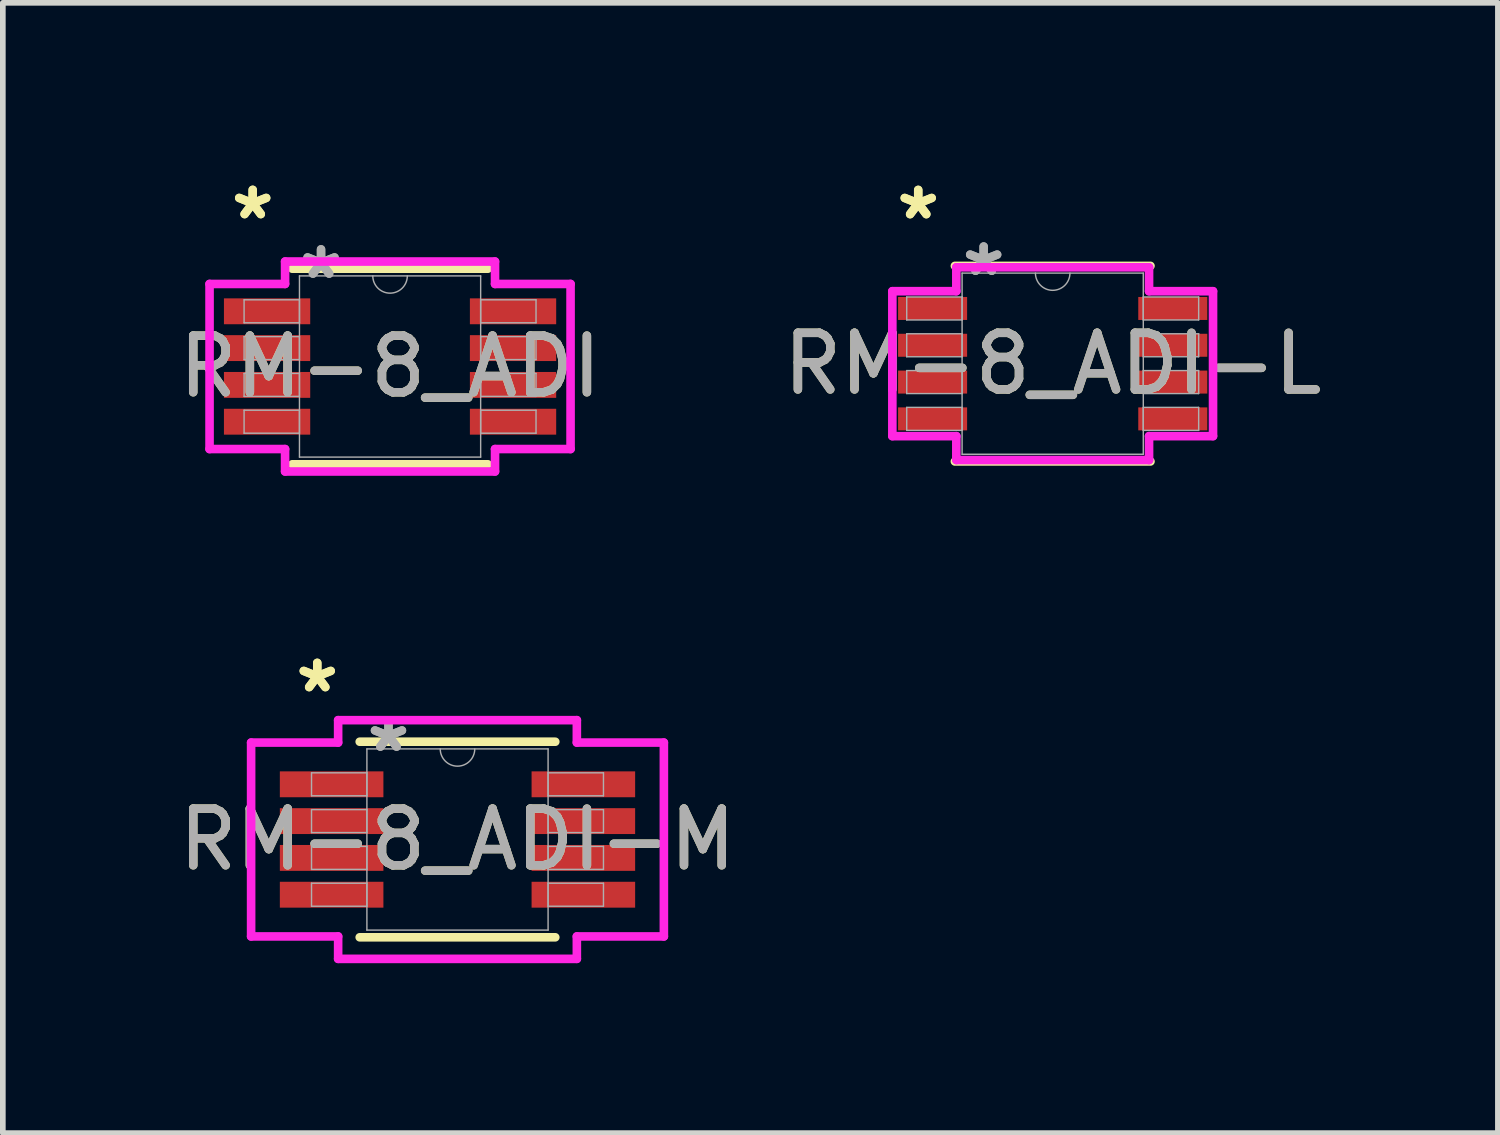
<source format=kicad_pcb>
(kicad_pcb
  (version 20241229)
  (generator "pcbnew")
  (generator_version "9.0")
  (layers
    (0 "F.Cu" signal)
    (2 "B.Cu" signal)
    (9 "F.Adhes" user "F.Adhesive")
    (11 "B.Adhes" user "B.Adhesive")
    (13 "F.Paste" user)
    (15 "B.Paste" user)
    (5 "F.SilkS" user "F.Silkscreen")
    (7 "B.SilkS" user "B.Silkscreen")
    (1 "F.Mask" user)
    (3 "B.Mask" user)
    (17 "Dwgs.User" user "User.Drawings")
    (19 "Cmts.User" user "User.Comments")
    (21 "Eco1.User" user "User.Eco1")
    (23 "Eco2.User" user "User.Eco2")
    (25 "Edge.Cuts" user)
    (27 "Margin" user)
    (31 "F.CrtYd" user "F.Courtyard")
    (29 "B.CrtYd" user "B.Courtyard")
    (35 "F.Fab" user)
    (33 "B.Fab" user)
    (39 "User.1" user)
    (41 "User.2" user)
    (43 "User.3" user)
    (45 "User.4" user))
  (footprint "RM-8_ADI-M"
    (layer "F.Cu")
    (at 5.03 11.777)
    (property "Reference" "RM-8_ADI-M" (at 0 0 0) (unlocked yes) (layer "F.SilkS") (effects (font (size 1 1) (thickness 0.15))))
    (attr smd)
    (fp_line (start -1.727 1.727) (end 1.727 1.727) (stroke (width 0.152) (type solid)) (layer "F.SilkS"))
    (fp_line (start 1.727 -1.727) (end -1.727 -1.727) (stroke (width 0.152) (type solid)) (layer "F.SilkS"))
    (fp_line (start -3.645 -1.712) (end -2.108 -1.712) (stroke (width 0.152) (type solid)) (layer "F.CrtYd"))
    (fp_line (start -3.645 1.712) (end -3.645 -1.712) (stroke (width 0.152) (type solid)) (layer "F.CrtYd"))
    (fp_line (start -3.645 1.712) (end -2.108 1.712) (stroke (width 0.152) (type solid)) (layer "F.CrtYd"))
    (fp_line (start -2.108 -2.108) (end 2.108 -2.108) (stroke (width 0.152) (type solid)) (layer "F.CrtYd"))
    (fp_line (start -2.108 -1.712) (end -2.108 -2.108) (stroke (width 0.152) (type solid)) (layer "F.CrtYd"))
    (fp_line (start -2.108 2.108) (end -2.108 1.712) (stroke (width 0.152) (type solid)) (layer "F.CrtYd"))
    (fp_line (start 2.108 -2.108) (end 2.108 -1.712) (stroke (width 0.152) (type solid)) (layer "F.CrtYd"))
    (fp_line (start 2.108 1.712) (end 2.108 2.108) (stroke (width 0.152) (type solid)) (layer "F.CrtYd"))
    (fp_line (start 2.108 2.108) (end -2.108 2.108) (stroke (width 0.152) (type solid)) (layer "F.CrtYd"))
    (fp_line (start 3.645 -1.712) (end 2.108 -1.712) (stroke (width 0.152) (type solid)) (layer "F.CrtYd"))
    (fp_line (start 3.645 -1.712) (end 3.645 1.712) (stroke (width 0.152) (type solid)) (layer "F.CrtYd"))
    (fp_line (start 3.645 1.712) (end 2.108 1.712) (stroke (width 0.152) (type solid)) (layer "F.CrtYd"))
    (fp_line (start -2.578 -1.178) (end -2.578 -0.772) (stroke (width 0.025) (type solid)) (layer "F.Fab"))
    (fp_line (start -2.578 -0.772) (end -1.6 -0.772) (stroke (width 0.025) (type solid)) (layer "F.Fab"))
    (fp_line (start -2.578 -0.528) (end -2.578 -0.122) (stroke (width 0.025) (type solid)) (layer "F.Fab"))
    (fp_line (start -2.578 -0.122) (end -1.6 -0.122) (stroke (width 0.025) (type solid)) (layer "F.Fab"))
    (fp_line (start -2.578 0.122) (end -2.578 0.528) (stroke (width 0.025) (type solid)) (layer "F.Fab"))
    (fp_line (start -2.578 0.528) (end -1.6 0.528) (stroke (width 0.025) (type solid)) (layer "F.Fab"))
    (fp_line (start -2.578 0.772) (end -2.578 1.178) (stroke (width 0.025) (type solid)) (layer "F.Fab"))
    (fp_line (start -2.578 1.178) (end -1.6 1.178) (stroke (width 0.025) (type solid)) (layer "F.Fab"))
    (fp_line (start -1.6 -1.6) (end -1.6 1.6) (stroke (width 0.025) (type solid)) (layer "F.Fab"))
    (fp_line (start -1.6 -1.178) (end -2.578 -1.178) (stroke (width 0.025) (type solid)) (layer "F.Fab"))
    (fp_line (start -1.6 -0.772) (end -1.6 -1.178) (stroke (width 0.025) (type solid)) (layer "F.Fab"))
    (fp_line (start -1.6 -0.528) (end -2.578 -0.528) (stroke (width 0.025) (type solid)) (layer "F.Fab"))
    (fp_line (start -1.6 -0.122) (end -1.6 -0.528) (stroke (width 0.025) (type solid)) (layer "F.Fab"))
    (fp_line (start -1.6 0.122) (end -2.578 0.122) (stroke (width 0.025) (type solid)) (layer "F.Fab"))
    (fp_line (start -1.6 0.528) (end -1.6 0.122) (stroke (width 0.025) (type solid)) (layer "F.Fab"))
    (fp_line (start -1.6 0.772) (end -2.578 0.772) (stroke (width 0.025) (type solid)) (layer "F.Fab"))
    (fp_line (start -1.6 1.178) (end -1.6 0.772) (stroke (width 0.025) (type solid)) (layer "F.Fab"))
    (fp_line (start -1.6 1.6) (end 1.6 1.6) (stroke (width 0.025) (type solid)) (layer "F.Fab"))
    (fp_line (start 1.6 -1.6) (end -1.6 -1.6) (stroke (width 0.025) (type solid)) (layer "F.Fab"))
    (fp_line (start 1.6 -1.178) (end 1.6 -0.772) (stroke (width 0.025) (type solid)) (layer "F.Fab"))
    (fp_line (start 1.6 -0.772) (end 2.578 -0.772) (stroke (width 0.025) (type solid)) (layer "F.Fab"))
    (fp_line (start 1.6 -0.528) (end 1.6 -0.122) (stroke (width 0.025) (type solid)) (layer "F.Fab"))
    (fp_line (start 1.6 -0.122) (end 2.578 -0.122) (stroke (width 0.025) (type solid)) (layer "F.Fab"))
    (fp_line (start 1.6 0.122) (end 1.6 0.528) (stroke (width 0.025) (type solid)) (layer "F.Fab"))
    (fp_line (start 1.6 0.528) (end 2.578 0.528) (stroke (width 0.025) (type solid)) (layer "F.Fab"))
    (fp_line (start 1.6 0.772) (end 1.6 1.178) (stroke (width 0.025) (type solid)) (layer "F.Fab"))
    (fp_line (start 1.6 1.178) (end 2.578 1.178) (stroke (width 0.025) (type solid)) (layer "F.Fab"))
    (fp_line (start 1.6 1.6) (end 1.6 -1.6) (stroke (width 0.025) (type solid)) (layer "F.Fab"))
    (fp_line (start 2.578 -1.178) (end 1.6 -1.178) (stroke (width 0.025) (type solid)) (layer "F.Fab"))
    (fp_line (start 2.578 -0.772) (end 2.578 -1.178) (stroke (width 0.025) (type solid)) (layer "F.Fab"))
    (fp_line (start 2.578 -0.528) (end 1.6 -0.528) (stroke (width 0.025) (type solid)) (layer "F.Fab"))
    (fp_line (start 2.578 -0.122) (end 2.578 -0.528) (stroke (width 0.025) (type solid)) (layer "F.Fab"))
    (fp_line (start 2.578 0.122) (end 1.6 0.122) (stroke (width 0.025) (type solid)) (layer "F.Fab"))
    (fp_line (start 2.578 0.528) (end 2.578 0.122) (stroke (width 0.025) (type solid)) (layer "F.Fab"))
    (fp_line (start 2.578 0.772) (end 1.6 0.772) (stroke (width 0.025) (type solid)) (layer "F.Fab"))
    (fp_line (start 2.578 1.178) (end 2.578 0.772) (stroke (width 0.025) (type solid)) (layer "F.Fab"))
    (fp_arc (start 0.3048 -1.6002) (mid 0 -1.2954) (end -0.3048 -1.6002) (stroke (width 0.0254) (type solid)) (layer "F.Fab"))
    (fp_text user "*" (at -2.477 -2.575 0) (unlocked yes) (layer "F.SilkS") (effects (font (size 1 1) (thickness 0.15))))
    (fp_text user "*" (at -2.477 -2.575 0) (layer "F.SilkS") (effects (font (size 1 1) (thickness 0.15))))
    (fp_text user "*" (at -1.219 -1.524 0) (layer "F.Fab") (effects (font (size 1 1) (thickness 0.15))))
    (fp_text user "${REFERENCE}" (at 0 0 0) (unlocked yes) (layer "F.Fab") (effects (font (size 1 1) (thickness 0.15))))
    (fp_text user "*" (at -1.219 -1.524 0) (unlocked yes) (layer "F.Fab") (effects (font (size 1 1) (thickness 0.15))))
    (pad "1" smd rect (at -2.223 -0.975) (size 1.829 0.457) (layers "F.Cu" "F.Mask" "F.Paste"))
    (pad "2" smd rect (at -2.223 -0.325) (size 1.829 0.457) (layers "F.Cu" "F.Mask" "F.Paste"))
    (pad "3" smd rect (at -2.223 0.325) (size 1.829 0.457) (layers "F.Cu" "F.Mask" "F.Paste"))
    (pad "4" smd rect (at -2.223 0.975) (size 1.829 0.457) (layers "F.Cu" "F.Mask" "F.Paste"))
    (pad "5" smd rect (at 2.223 0.975) (size 1.829 0.457) (layers "F.Cu" "F.Mask" "F.Paste"))
    (pad "6" smd rect (at 2.223 0.325) (size 1.829 0.457) (layers "F.Cu" "F.Mask" "F.Paste"))
    (pad "7" smd rect (at 2.223 -0.325) (size 1.829 0.457) (layers "F.Cu" "F.Mask" "F.Paste"))
    (pad "8" smd rect (at 2.223 -0.975) (size 1.829 0.457) (layers "F.Cu" "F.Mask" "F.Paste")))
  (footprint "RM-8_ADI"
    (layer "F.Cu")
    (at 3.839 3.423)
    (property "Reference" "RM-8_ADI" (at 0 0 0) (unlocked yes) (layer "F.SilkS") (effects (font (size 1 1) (thickness 0.15))))
    (attr smd)
    (fp_line (start -1.727 1.727) (end 1.727 1.727) (stroke (width 0.152) (type solid)) (layer "F.SilkS"))
    (fp_line (start 1.727 -1.727) (end -1.727 -1.727) (stroke (width 0.152) (type solid)) (layer "F.SilkS"))
    (fp_line (start -3.188 -1.458) (end -1.854 -1.458) (stroke (width 0.152) (type solid)) (layer "F.CrtYd"))
    (fp_line (start -3.188 1.458) (end -3.188 -1.458) (stroke (width 0.152) (type solid)) (layer "F.CrtYd"))
    (fp_line (start -3.188 1.458) (end -1.854 1.458) (stroke (width 0.152) (type solid)) (layer "F.CrtYd"))
    (fp_line (start -1.854 -1.854) (end 1.854 -1.854) (stroke (width 0.152) (type solid)) (layer "F.CrtYd"))
    (fp_line (start -1.854 -1.458) (end -1.854 -1.854) (stroke (width 0.152) (type solid)) (layer "F.CrtYd"))
    (fp_line (start -1.854 1.854) (end -1.854 1.458) (stroke (width 0.152) (type solid)) (layer "F.CrtYd"))
    (fp_line (start 1.854 -1.854) (end 1.854 -1.458) (stroke (width 0.152) (type solid)) (layer "F.CrtYd"))
    (fp_line (start 1.854 1.458) (end 1.854 1.854) (stroke (width 0.152) (type solid)) (layer "F.CrtYd"))
    (fp_line (start 1.854 1.854) (end -1.854 1.854) (stroke (width 0.152) (type solid)) (layer "F.CrtYd"))
    (fp_line (start 3.188 -1.458) (end 1.854 -1.458) (stroke (width 0.152) (type solid)) (layer "F.CrtYd"))
    (fp_line (start 3.188 -1.458) (end 3.188 1.458) (stroke (width 0.152) (type solid)) (layer "F.CrtYd"))
    (fp_line (start 3.188 1.458) (end 1.854 1.458) (stroke (width 0.152) (type solid)) (layer "F.CrtYd"))
    (fp_line (start -2.578 -1.178) (end -2.578 -0.772) (stroke (width 0.025) (type solid)) (layer "F.Fab"))
    (fp_line (start -2.578 -0.772) (end -1.6 -0.772) (stroke (width 0.025) (type solid)) (layer "F.Fab"))
    (fp_line (start -2.578 -0.528) (end -2.578 -0.122) (stroke (width 0.025) (type solid)) (layer "F.Fab"))
    (fp_line (start -2.578 -0.122) (end -1.6 -0.122) (stroke (width 0.025) (type solid)) (layer "F.Fab"))
    (fp_line (start -2.578 0.122) (end -2.578 0.528) (stroke (width 0.025) (type solid)) (layer "F.Fab"))
    (fp_line (start -2.578 0.528) (end -1.6 0.528) (stroke (width 0.025) (type solid)) (layer "F.Fab"))
    (fp_line (start -2.578 0.772) (end -2.578 1.178) (stroke (width 0.025) (type solid)) (layer "F.Fab"))
    (fp_line (start -2.578 1.178) (end -1.6 1.178) (stroke (width 0.025) (type solid)) (layer "F.Fab"))
    (fp_line (start -1.6 -1.6) (end -1.6 1.6) (stroke (width 0.025) (type solid)) (layer "F.Fab"))
    (fp_line (start -1.6 -1.178) (end -2.578 -1.178) (stroke (width 0.025) (type solid)) (layer "F.Fab"))
    (fp_line (start -1.6 -0.772) (end -1.6 -1.178) (stroke (width 0.025) (type solid)) (layer "F.Fab"))
    (fp_line (start -1.6 -0.528) (end -2.578 -0.528) (stroke (width 0.025) (type solid)) (layer "F.Fab"))
    (fp_line (start -1.6 -0.122) (end -1.6 -0.528) (stroke (width 0.025) (type solid)) (layer "F.Fab"))
    (fp_line (start -1.6 0.122) (end -2.578 0.122) (stroke (width 0.025) (type solid)) (layer "F.Fab"))
    (fp_line (start -1.6 0.528) (end -1.6 0.122) (stroke (width 0.025) (type solid)) (layer "F.Fab"))
    (fp_line (start -1.6 0.772) (end -2.578 0.772) (stroke (width 0.025) (type solid)) (layer "F.Fab"))
    (fp_line (start -1.6 1.178) (end -1.6 0.772) (stroke (width 0.025) (type solid)) (layer "F.Fab"))
    (fp_line (start -1.6 1.6) (end 1.6 1.6) (stroke (width 0.025) (type solid)) (layer "F.Fab"))
    (fp_line (start 1.6 -1.6) (end -1.6 -1.6) (stroke (width 0.025) (type solid)) (layer "F.Fab"))
    (fp_line (start 1.6 -1.178) (end 1.6 -0.772) (stroke (width 0.025) (type solid)) (layer "F.Fab"))
    (fp_line (start 1.6 -0.772) (end 2.578 -0.772) (stroke (width 0.025) (type solid)) (layer "F.Fab"))
    (fp_line (start 1.6 -0.528) (end 1.6 -0.122) (stroke (width 0.025) (type solid)) (layer "F.Fab"))
    (fp_line (start 1.6 -0.122) (end 2.578 -0.122) (stroke (width 0.025) (type solid)) (layer "F.Fab"))
    (fp_line (start 1.6 0.122) (end 1.6 0.528) (stroke (width 0.025) (type solid)) (layer "F.Fab"))
    (fp_line (start 1.6 0.528) (end 2.578 0.528) (stroke (width 0.025) (type solid)) (layer "F.Fab"))
    (fp_line (start 1.6 0.772) (end 1.6 1.178) (stroke (width 0.025) (type solid)) (layer "F.Fab"))
    (fp_line (start 1.6 1.178) (end 2.578 1.178) (stroke (width 0.025) (type solid)) (layer "F.Fab"))
    (fp_line (start 1.6 1.6) (end 1.6 -1.6) (stroke (width 0.025) (type solid)) (layer "F.Fab"))
    (fp_line (start 2.578 -1.178) (end 1.6 -1.178) (stroke (width 0.025) (type solid)) (layer "F.Fab"))
    (fp_line (start 2.578 -0.772) (end 2.578 -1.178) (stroke (width 0.025) (type solid)) (layer "F.Fab"))
    (fp_line (start 2.578 -0.528) (end 1.6 -0.528) (stroke (width 0.025) (type solid)) (layer "F.Fab"))
    (fp_line (start 2.578 -0.122) (end 2.578 -0.528) (stroke (width 0.025) (type solid)) (layer "F.Fab"))
    (fp_line (start 2.578 0.122) (end 1.6 0.122) (stroke (width 0.025) (type solid)) (layer "F.Fab"))
    (fp_line (start 2.578 0.528) (end 2.578 0.122) (stroke (width 0.025) (type solid)) (layer "F.Fab"))
    (fp_line (start 2.578 0.772) (end 1.6 0.772) (stroke (width 0.025) (type solid)) (layer "F.Fab"))
    (fp_line (start 2.578 1.178) (end 2.578 0.772) (stroke (width 0.025) (type solid)) (layer "F.Fab"))
    (fp_arc (start 0.3048 -1.6002) (mid 0 -1.2954) (end -0.3048 -1.6002) (stroke (width 0.0254) (type solid)) (layer "F.Fab"))
    (fp_text user "*" (at -2.426 -2.575 0) (layer "F.SilkS") (effects (font (size 1 1) (thickness 0.15))))
    (fp_text user "*" (at -2.426 -2.575 0) (unlocked yes) (layer "F.SilkS") (effects (font (size 1 1) (thickness 0.15))))
    (fp_text user "*" (at -1.219 -1.524 0) (layer "F.Fab") (effects (font (size 1 1) (thickness 0.15))))
    (fp_text user "*" (at -1.219 -1.524 0) (unlocked yes) (layer "F.Fab") (effects (font (size 1 1) (thickness 0.15))))
    (fp_text user "${REFERENCE}" (at 0 0 0) (unlocked yes) (layer "F.Fab") (effects (font (size 1 1) (thickness 0.15))))
    (pad "1" smd rect (at -2.172 -0.975) (size 1.524 0.457) (layers "F.Cu" "F.Mask" "F.Paste"))
    (pad "2" smd rect (at -2.172 -0.325) (size 1.524 0.457) (layers "F.Cu" "F.Mask" "F.Paste"))
    (pad "3" smd rect (at -2.172 0.325) (size 1.524 0.457) (layers "F.Cu" "F.Mask" "F.Paste"))
    (pad "4" smd rect (at -2.172 0.975) (size 1.524 0.457) (layers "F.Cu" "F.Mask" "F.Paste"))
    (pad "5" smd rect (at 2.172 0.975) (size 1.524 0.457) (layers "F.Cu" "F.Mask" "F.Paste"))
    (pad "6" smd rect (at 2.172 0.325) (size 1.524 0.457) (layers "F.Cu" "F.Mask" "F.Paste"))
    (pad "7" smd rect (at 2.172 -0.325) (size 1.524 0.457) (layers "F.Cu" "F.Mask" "F.Paste"))
    (pad "8" smd rect (at 2.172 -0.975) (size 1.524 0.457) (layers "F.Cu" "F.Mask" "F.Paste")))
  (footprint "RM-8_ADI-L"
    (layer "F.Cu")
    (at 15.542 3.373)
    (property "Reference" "RM-8_ADI-L" (at 0 0 0) (unlocked yes) (layer "F.SilkS") (effects (font (size 1 1) (thickness 0.15))))
    (attr smd)
    (fp_line (start -1.727 1.727) (end 1.727 1.727) (stroke (width 0.152) (type solid)) (layer "F.SilkS"))
    (fp_line (start 1.727 -1.727) (end -1.727 -1.727) (stroke (width 0.152) (type solid)) (layer "F.SilkS"))
    (fp_line (start -2.832 -1.28) (end -1.702 -1.28) (stroke (width 0.152) (type solid)) (layer "F.CrtYd"))
    (fp_line (start -2.832 1.28) (end -2.832 -1.28) (stroke (width 0.152) (type solid)) (layer "F.CrtYd"))
    (fp_line (start -2.832 1.28) (end -1.702 1.28) (stroke (width 0.152) (type solid)) (layer "F.CrtYd"))
    (fp_line (start -1.702 -1.702) (end 1.702 -1.702) (stroke (width 0.152) (type solid)) (layer "F.CrtYd"))
    (fp_line (start -1.702 -1.28) (end -1.702 -1.702) (stroke (width 0.152) (type solid)) (layer "F.CrtYd"))
    (fp_line (start -1.702 1.702) (end -1.702 1.28) (stroke (width 0.152) (type solid)) (layer "F.CrtYd"))
    (fp_line (start 1.702 -1.702) (end 1.702 -1.28) (stroke (width 0.152) (type solid)) (layer "F.CrtYd"))
    (fp_line (start 1.702 1.28) (end 1.702 1.702) (stroke (width 0.152) (type solid)) (layer "F.CrtYd"))
    (fp_line (start 1.702 1.702) (end -1.702 1.702) (stroke (width 0.152) (type solid)) (layer "F.CrtYd"))
    (fp_line (start 2.832 -1.28) (end 1.702 -1.28) (stroke (width 0.152) (type solid)) (layer "F.CrtYd"))
    (fp_line (start 2.832 -1.28) (end 2.832 1.28) (stroke (width 0.152) (type solid)) (layer "F.CrtYd"))
    (fp_line (start 2.832 1.28) (end 1.702 1.28) (stroke (width 0.152) (type solid)) (layer "F.CrtYd"))
    (fp_line (start -2.578 -1.178) (end -2.578 -0.772) (stroke (width 0.025) (type solid)) (layer "F.Fab"))
    (fp_line (start -2.578 -0.772) (end -1.6 -0.772) (stroke (width 0.025) (type solid)) (layer "F.Fab"))
    (fp_line (start -2.578 -0.528) (end -2.578 -0.122) (stroke (width 0.025) (type solid)) (layer "F.Fab"))
    (fp_line (start -2.578 -0.122) (end -1.6 -0.122) (stroke (width 0.025) (type solid)) (layer "F.Fab"))
    (fp_line (start -2.578 0.122) (end -2.578 0.528) (stroke (width 0.025) (type solid)) (layer "F.Fab"))
    (fp_line (start -2.578 0.528) (end -1.6 0.528) (stroke (width 0.025) (type solid)) (layer "F.Fab"))
    (fp_line (start -2.578 0.772) (end -2.578 1.178) (stroke (width 0.025) (type solid)) (layer "F.Fab"))
    (fp_line (start -2.578 1.178) (end -1.6 1.178) (stroke (width 0.025) (type solid)) (layer "F.Fab"))
    (fp_line (start -1.6 -1.6) (end -1.6 1.6) (stroke (width 0.025) (type solid)) (layer "F.Fab"))
    (fp_line (start -1.6 -1.178) (end -2.578 -1.178) (stroke (width 0.025) (type solid)) (layer "F.Fab"))
    (fp_line (start -1.6 -0.772) (end -1.6 -1.178) (stroke (width 0.025) (type solid)) (layer "F.Fab"))
    (fp_line (start -1.6 -0.528) (end -2.578 -0.528) (stroke (width 0.025) (type solid)) (layer "F.Fab"))
    (fp_line (start -1.6 -0.122) (end -1.6 -0.528) (stroke (width 0.025) (type solid)) (layer "F.Fab"))
    (fp_line (start -1.6 0.122) (end -2.578 0.122) (stroke (width 0.025) (type solid)) (layer "F.Fab"))
    (fp_line (start -1.6 0.528) (end -1.6 0.122) (stroke (width 0.025) (type solid)) (layer "F.Fab"))
    (fp_line (start -1.6 0.772) (end -2.578 0.772) (stroke (width 0.025) (type solid)) (layer "F.Fab"))
    (fp_line (start -1.6 1.178) (end -1.6 0.772) (stroke (width 0.025) (type solid)) (layer "F.Fab"))
    (fp_line (start -1.6 1.6) (end 1.6 1.6) (stroke (width 0.025) (type solid)) (layer "F.Fab"))
    (fp_line (start 1.6 -1.6) (end -1.6 -1.6) (stroke (width 0.025) (type solid)) (layer "F.Fab"))
    (fp_line (start 1.6 -1.178) (end 1.6 -0.772) (stroke (width 0.025) (type solid)) (layer "F.Fab"))
    (fp_line (start 1.6 -0.772) (end 2.578 -0.772) (stroke (width 0.025) (type solid)) (layer "F.Fab"))
    (fp_line (start 1.6 -0.528) (end 1.6 -0.122) (stroke (width 0.025) (type solid)) (layer "F.Fab"))
    (fp_line (start 1.6 -0.122) (end 2.578 -0.122) (stroke (width 0.025) (type solid)) (layer "F.Fab"))
    (fp_line (start 1.6 0.122) (end 1.6 0.528) (stroke (width 0.025) (type solid)) (layer "F.Fab"))
    (fp_line (start 1.6 0.528) (end 2.578 0.528) (stroke (width 0.025) (type solid)) (layer "F.Fab"))
    (fp_line (start 1.6 0.772) (end 1.6 1.178) (stroke (width 0.025) (type solid)) (layer "F.Fab"))
    (fp_line (start 1.6 1.178) (end 2.578 1.178) (stroke (width 0.025) (type solid)) (layer "F.Fab"))
    (fp_line (start 1.6 1.6) (end 1.6 -1.6) (stroke (width 0.025) (type solid)) (layer "F.Fab"))
    (fp_line (start 2.578 -1.178) (end 1.6 -1.178) (stroke (width 0.025) (type solid)) (layer "F.Fab"))
    (fp_line (start 2.578 -0.772) (end 2.578 -1.178) (stroke (width 0.025) (type solid)) (layer "F.Fab"))
    (fp_line (start 2.578 -0.528) (end 1.6 -0.528) (stroke (width 0.025) (type solid)) (layer "F.Fab"))
    (fp_line (start 2.578 -0.122) (end 2.578 -0.528) (stroke (width 0.025) (type solid)) (layer "F.Fab"))
    (fp_line (start 2.578 0.122) (end 1.6 0.122) (stroke (width 0.025) (type solid)) (layer "F.Fab"))
    (fp_line (start 2.578 0.528) (end 2.578 0.122) (stroke (width 0.025) (type solid)) (layer "F.Fab"))
    (fp_line (start 2.578 0.772) (end 1.6 0.772) (stroke (width 0.025) (type solid)) (layer "F.Fab"))
    (fp_line (start 2.578 1.178) (end 2.578 0.772) (stroke (width 0.025) (type solid)) (layer "F.Fab"))
    (fp_arc (start 0.3048 -1.6002) (mid 0 -1.2954) (end -0.3048 -1.6002) (stroke (width 0.0254) (type solid)) (layer "F.Fab"))
    (fp_text user "*" (at -2.375 -2.524 0) (layer "F.SilkS") (effects (font (size 1 1) (thickness 0.15))))
    (fp_text user "*" (at -2.375 -2.524 0) (unlocked yes) (layer "F.SilkS") (effects (font (size 1 1) (thickness 0.15))))
    (fp_text user "*" (at -1.219 -1.524 0) (layer "F.Fab") (effects (font (size 1 1) (thickness 0.15))))
    (fp_text user "${REFERENCE}" (at 0 0 0) (unlocked yes) (layer "F.Fab") (effects (font (size 1 1) (thickness 0.15))))
    (fp_text user "*" (at -1.219 -1.524 0) (unlocked yes) (layer "F.Fab") (effects (font (size 1 1) (thickness 0.15))))
    (pad "1" smd rect (at -2.121 -0.975) (size 1.219 0.406) (layers "F.Cu" "F.Mask" "F.Paste"))
    (pad "2" smd rect (at -2.121 -0.325) (size 1.219 0.406) (layers "F.Cu" "F.Mask" "F.Paste"))
    (pad "3" smd rect (at -2.121 0.325) (size 1.219 0.406) (layers "F.Cu" "F.Mask" "F.Paste"))
    (pad "4" smd rect (at -2.121 0.975) (size 1.219 0.406) (layers "F.Cu" "F.Mask" "F.Paste"))
    (pad "5" smd rect (at 2.121 0.975) (size 1.219 0.406) (layers "F.Cu" "F.Mask" "F.Paste"))
    (pad "6" smd rect (at 2.121 0.325) (size 1.219 0.406) (layers "F.Cu" "F.Mask" "F.Paste"))
    (pad "7" smd rect (at 2.121 -0.325) (size 1.219 0.406) (layers "F.Cu" "F.Mask" "F.Paste"))
    (pad "8" smd rect (at 2.121 -0.975) (size 1.219 0.406) (layers "F.Cu" "F.Mask" "F.Paste")))
  (gr_rect
    (start -3 -3)
    (end 23.405 16.962)
    (stroke (width 0.1) (type default))
    (fill no)
    (layer "Edge.Cuts")))
</source>
